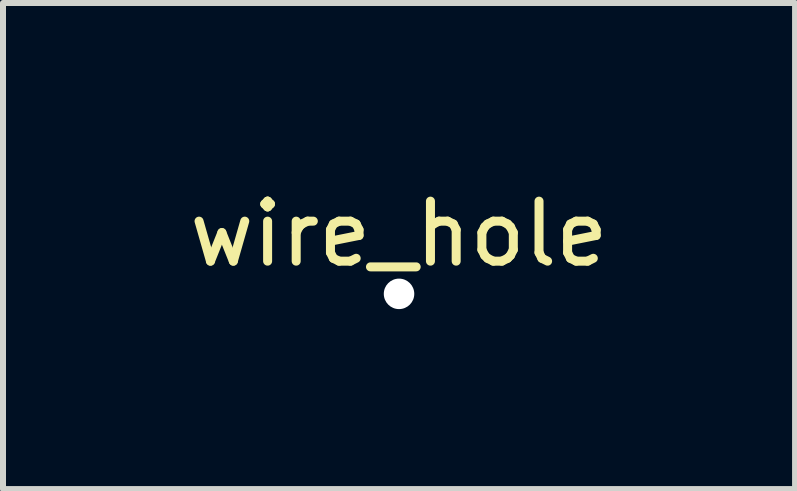
<source format=kicad_pcb>
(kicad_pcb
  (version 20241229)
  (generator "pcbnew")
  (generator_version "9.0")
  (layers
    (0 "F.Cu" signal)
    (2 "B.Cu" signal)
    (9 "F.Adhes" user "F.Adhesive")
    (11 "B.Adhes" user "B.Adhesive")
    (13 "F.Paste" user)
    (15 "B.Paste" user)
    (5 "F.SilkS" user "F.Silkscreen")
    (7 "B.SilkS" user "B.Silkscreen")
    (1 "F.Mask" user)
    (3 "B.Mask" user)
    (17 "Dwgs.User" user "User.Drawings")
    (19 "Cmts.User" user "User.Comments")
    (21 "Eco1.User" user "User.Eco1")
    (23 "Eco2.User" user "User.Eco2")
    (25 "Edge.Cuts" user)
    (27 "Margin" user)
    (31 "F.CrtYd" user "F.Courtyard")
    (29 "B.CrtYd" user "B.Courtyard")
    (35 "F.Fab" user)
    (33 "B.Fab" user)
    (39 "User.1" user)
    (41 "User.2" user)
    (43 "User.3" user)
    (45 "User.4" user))
  (footprint "wire_hole"
    (layer "F.Cu")
    (at 3.601 1.848)
    (property "Reference" "wire_hole" (at 0 -1 0) (layer "F.SilkS") (effects (font (size 1 1) (thickness 0.15))))
    (attr through_hole)
    (pad "" np_thru_hole circle (at 0 0) (size 0.508 0.508) (drill 0.508) (layers "*.Cu" "*.Mask")))
  (gr_rect
    (start -3 -3)
    (end 10.202 5.102)
    (stroke (width 0.1) (type default))
    (fill no)
    (layer "Edge.Cuts")))
</source>
